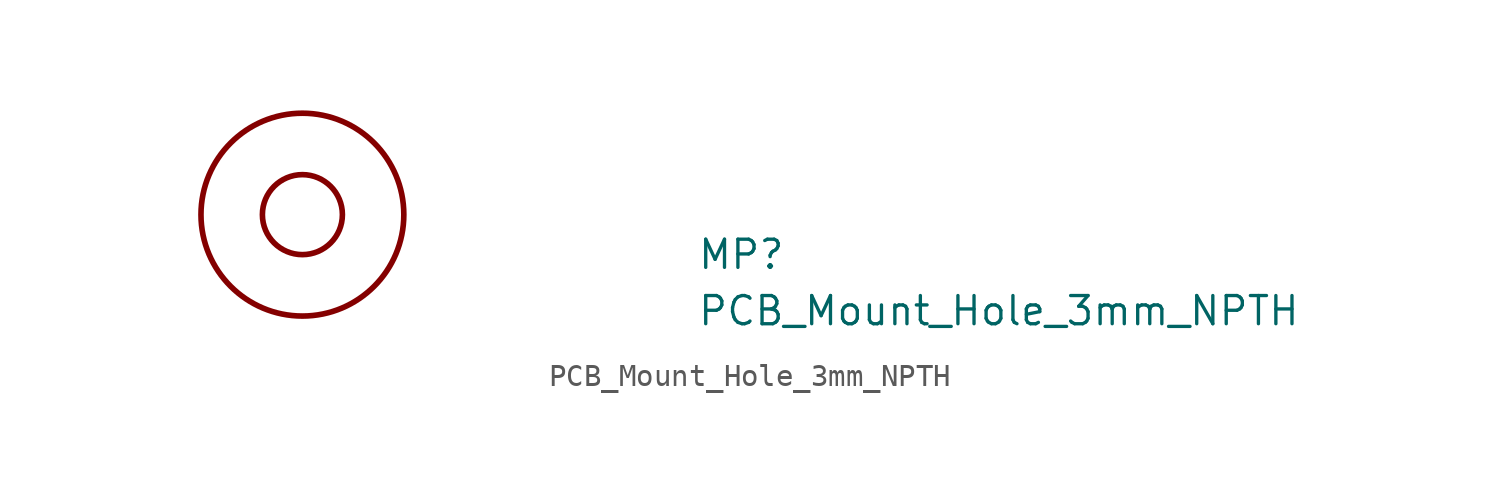
<source format=kicad_sym>
(kicad_symbol_lib
  (version 20211014)
  (generator kicad_symbol_editor)
  (symbol "PCB_Mount_Hole_3mm_NPTH"
    (pin_names hide)
    (property "Reference" "MP"
      (at 17.78 -2.54 0)
      (effects (font (size 1.27 1.27) (thickness 0.15)) (justify left bottom)))
    (property "Value" "PCB_Mount_Hole_3mm_NPTH"
      (at 17.78 -5.08 0)
      (effects (font (size 1.27 1.27) (thickness 0.15)) (justify left bottom)))
    (symbol "PCB_Mount_Hole_3mm_NPTH_1_1"
      (circle (center 0 0) (radius 1.803) (stroke (width 0.254) (type default) (color 0 0 0 0)) (fill (type none)))
      (circle (center 0 0) (radius 4.572) (stroke (width 0.254) (type default) (color 0 0 0 0)) (fill (type none))))))
</source>
